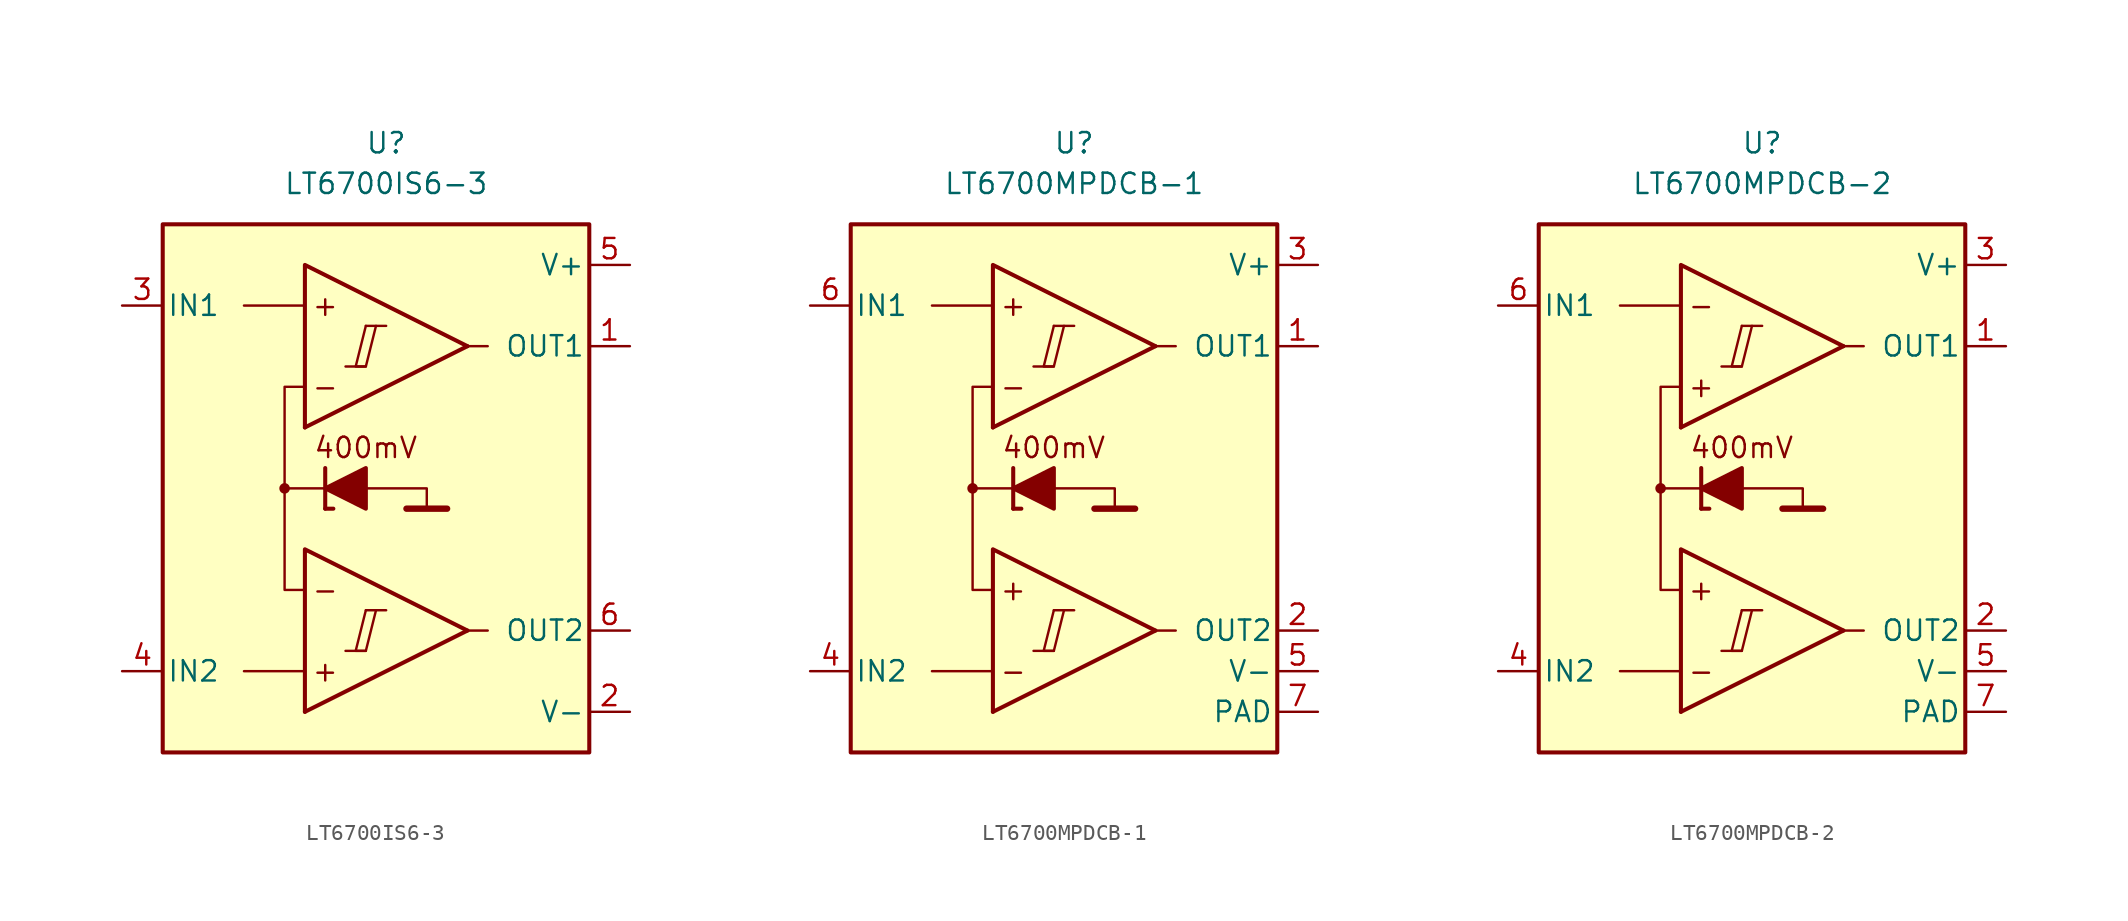
<source format=kicad_sym>
(kicad_symbol_lib
  (version 20231120)
  (generator "kicad_symbol_editor")
  (generator_version "8.0")
  (symbol "LT6700IS6-3"
    (pin_names
      (offset 0.254))
    (property "Reference" "U"
      (at 0 22.86 0)
      (effects (font (size 1.27 1.27))))
    (property "Value" "LT6700IS6-3"
      (at 0 20.32 0)
      (effects (font (size 1.27 1.27))))
    (symbol "LT6700IS6-3_0_0"
      (rectangle (start -13.97 17.78) (end 12.7 -15.24) (stroke (width 0.254) (type default)) (fill (type background)))
      (circle (center -6.35 1.27) (radius 0.254) (stroke (width 0.152) (type default)) (fill (type outline)))
      (polyline (pts (xy -2.54 -8.89) (xy -1.27 -8.89)) (stroke (width 0.152) (type default)) (fill (type none)))
      (polyline (pts (xy -2.54 8.89) (xy -1.27 8.89)) (stroke (width 0.152) (type default)) (fill (type none)))
      (polyline (pts (xy -1.27 -6.35) (xy 0 -6.35)) (stroke (width 0.152) (type default)) (fill (type none)))
      (polyline (pts (xy -1.27 11.43) (xy 0 11.43)) (stroke (width 0.152) (type default)) (fill (type none)))
      (polyline (pts (xy 5.08 -7.62) (xy -5.08 -12.7)) (stroke (width 0.254) (type default)) (fill (type none)))
      (polyline (pts (xy 5.08 10.16) (xy -5.08 5.08)) (stroke (width 0.254) (type default)) (fill (type none)))
      (polyline (pts (xy 5.08 -7.62) (xy -5.08 -2.54) (xy -5.08 -12.7)) (stroke (width 0.254) (type default)) (fill (type background)))
      (polyline (pts (xy 5.08 10.16) (xy -5.08 15.24) (xy -5.08 5.08)) (stroke (width 0.254) (type default)) (fill (type background)))
      (polyline (pts (xy -1.27 -6.35) (xy -1.905 -8.89) (xy -1.27 -8.89) (xy -0.635 -6.35)) (stroke (width 0.152) (type default)) (fill (type none)))
      (polyline (pts (xy -1.27 11.43) (xy -1.905 8.89) (xy -1.27 8.89) (xy -0.635 11.43)) (stroke (width 0.152) (type default)) (fill (type none)))
      (text "+" (at -3.81 -10.16 0) (effects (font (size 1.27 1.27))))
      (text "+" (at -3.81 12.7 0) (effects (font (size 1.27 1.27))))
      (text "-" (at -3.81 -5.08 0) (effects (font (size 1.27 1.27))))
      (text "-" (at -3.81 7.62 0) (effects (font (size 1.27 1.27)))))
    (symbol "LT6700IS6-3_0_1"
      (polyline (pts (xy -5.08 -10.16) (xy -8.89 -10.16)) (stroke (width 0) (type default)) (fill (type none)))
      (polyline (pts (xy -5.08 12.7) (xy -8.89 12.7)) (stroke (width 0) (type default)) (fill (type none)))
      (polyline (pts (xy -3.81 0) (xy -3.81 2.54)) (stroke (width 0.254) (type default)) (fill (type none)))
      (polyline (pts (xy -3.81 0) (xy -3.302 0)) (stroke (width 0.254) (type default)) (fill (type none)))
      (polyline (pts (xy -3.81 1.27) (xy -6.35 1.27)) (stroke (width 0.152) (type default)) (fill (type none)))
      (polyline (pts (xy 1.27 0) (xy 3.81 0)) (stroke (width 0.4) (type default)) (fill (type none)))
      (polyline (pts (xy 5.08 -7.62) (xy 6.35 -7.62)) (stroke (width 0) (type default)) (fill (type none)))
      (polyline (pts (xy 5.08 10.16) (xy 6.35 10.16)) (stroke (width 0) (type default)) (fill (type none)))
      (polyline (pts (xy -1.27 1.27) (xy 2.54 1.27) (xy 2.54 0)) (stroke (width 0.152) (type default)) (fill (type none)))
      (polyline (pts (xy -5.08 -5.08) (xy -6.35 -5.08) (xy -6.35 7.62) (xy -5.08 7.62)) (stroke (width 0.152) (type default)) (fill (type none)))
      (polyline (pts (xy -1.27 2.54) (xy -1.27 0) (xy -3.81 1.27) (xy -1.27 2.54)) (stroke (width 0.254) (type default)) (fill (type outline))))
    (symbol "LT6700IS6-3_1_0"
      (text "400mV" (at -1.27 3.81 0) (effects (font (size 1.27 1.27)))))
    (symbol "LT6700IS6-3_1_1"
      (pin output line (at 15.24 10.16 180) (length 2.54) (name "OUT1" (effects (font (size 1.27 1.27)))) (number "1" (effects (font (size 1.27 1.27)))))
      (pin power_in line (at 15.24 -12.7 180) (length 2.54) (name "V-" (effects (font (size 1.27 1.27)))) (number "2" (effects (font (size 1.27 1.27)))))
      (pin input line (at -16.51 12.7 0) (length 2.54) (name "IN1" (effects (font (size 1.27 1.27)))) (number "3" (effects (font (size 1.27 1.27)))))
      (pin input line (at -16.51 -10.16 0) (length 2.54) (name "IN2" (effects (font (size 1.27 1.27)))) (number "4" (effects (font (size 1.27 1.27)))))
      (pin power_in line (at 15.24 15.24 180) (length 2.54) (name "V+" (effects (font (size 1.27 1.27)))) (number "5" (effects (font (size 1.27 1.27)))))
      (pin output line (at 15.24 -7.62 180) (length 2.54) (name "OUT2" (effects (font (size 1.27 1.27)))) (number "6" (effects (font (size 1.27 1.27)))))))
  (symbol "LT6700MPDCB-1"
    (pin_names
      (offset 0.254))
    (property "Reference" "U"
      (at 0 22.86 0)
      (effects (font (size 1.27 1.27))))
    (property "Value" "LT6700MPDCB-1"
      (at 0 20.32 0)
      (effects (font (size 1.27 1.27))))
    (symbol "LT6700MPDCB-1_0_0"
      (rectangle (start -13.97 17.78) (end 12.7 -15.24) (stroke (width 0.254) (type default)) (fill (type background)))
      (circle (center -6.35 1.27) (radius 0.254) (stroke (width 0.152) (type default)) (fill (type outline)))
      (polyline (pts (xy -2.54 -8.89) (xy -1.27 -8.89)) (stroke (width 0.152) (type default)) (fill (type none)))
      (polyline (pts (xy -2.54 8.89) (xy -1.27 8.89)) (stroke (width 0.152) (type default)) (fill (type none)))
      (polyline (pts (xy -1.27 -6.35) (xy 0 -6.35)) (stroke (width 0.152) (type default)) (fill (type none)))
      (polyline (pts (xy -1.27 11.43) (xy 0 11.43)) (stroke (width 0.152) (type default)) (fill (type none)))
      (polyline (pts (xy 5.08 -7.62) (xy -5.08 -12.7)) (stroke (width 0.254) (type default)) (fill (type none)))
      (polyline (pts (xy 5.08 10.16) (xy -5.08 5.08)) (stroke (width 0.254) (type default)) (fill (type none)))
      (polyline (pts (xy 5.08 -7.62) (xy -5.08 -2.54) (xy -5.08 -12.7)) (stroke (width 0.254) (type default)) (fill (type background)))
      (polyline (pts (xy 5.08 10.16) (xy -5.08 15.24) (xy -5.08 5.08)) (stroke (width 0.254) (type default)) (fill (type background)))
      (polyline (pts (xy -1.27 -6.35) (xy -1.905 -8.89) (xy -1.27 -8.89) (xy -0.635 -6.35)) (stroke (width 0.152) (type default)) (fill (type none)))
      (polyline (pts (xy -1.27 11.43) (xy -1.905 8.89) (xy -1.27 8.89) (xy -0.635 11.43)) (stroke (width 0.152) (type default)) (fill (type none)))
      (text "+" (at -3.81 -5.08 0) (effects (font (size 1.27 1.27))))
      (text "+" (at -3.81 12.7 0) (effects (font (size 1.27 1.27))))
      (text "-" (at -3.81 -10.16 0) (effects (font (size 1.27 1.27))))
      (text "-" (at -3.81 7.62 0) (effects (font (size 1.27 1.27)))))
    (symbol "LT6700MPDCB-1_0_1"
      (polyline (pts (xy -5.08 -10.16) (xy -8.89 -10.16)) (stroke (width 0) (type default)) (fill (type none)))
      (polyline (pts (xy -5.08 12.7) (xy -8.89 12.7)) (stroke (width 0) (type default)) (fill (type none)))
      (polyline (pts (xy -3.81 0) (xy -3.81 2.54)) (stroke (width 0.254) (type default)) (fill (type none)))
      (polyline (pts (xy -3.81 0) (xy -3.302 0)) (stroke (width 0.254) (type default)) (fill (type none)))
      (polyline (pts (xy -3.81 1.27) (xy -6.35 1.27)) (stroke (width 0.152) (type default)) (fill (type none)))
      (polyline (pts (xy 1.27 0) (xy 3.81 0)) (stroke (width 0.4) (type default)) (fill (type none)))
      (polyline (pts (xy 5.08 -7.62) (xy 6.35 -7.62)) (stroke (width 0) (type default)) (fill (type none)))
      (polyline (pts (xy 5.08 10.16) (xy 6.35 10.16)) (stroke (width 0) (type default)) (fill (type none)))
      (polyline (pts (xy -1.27 1.27) (xy 2.54 1.27) (xy 2.54 0)) (stroke (width 0.152) (type default)) (fill (type none)))
      (polyline (pts (xy -5.08 -5.08) (xy -6.35 -5.08) (xy -6.35 7.62) (xy -5.08 7.62)) (stroke (width 0.152) (type default)) (fill (type none)))
      (polyline (pts (xy -1.27 2.54) (xy -1.27 0) (xy -3.81 1.27) (xy -1.27 2.54)) (stroke (width 0.254) (type default)) (fill (type outline))))
    (symbol "LT6700MPDCB-1_1_0"
      (text "400mV" (at -1.27 3.81 0) (effects (font (size 1.27 1.27)))))
    (symbol "LT6700MPDCB-1_1_1"
      (pin output line (at 15.24 10.16 180) (length 2.54) (name "OUT1" (effects (font (size 1.27 1.27)))) (number "1" (effects (font (size 1.27 1.27)))))
      (pin output line (at 15.24 -7.62 180) (length 2.54) (name "OUT2" (effects (font (size 1.27 1.27)))) (number "2" (effects (font (size 1.27 1.27)))))
      (pin power_in line (at 15.24 15.24 180) (length 2.54) (name "V+" (effects (font (size 1.27 1.27)))) (number "3" (effects (font (size 1.27 1.27)))))
      (pin input line (at -16.51 -10.16 0) (length 2.54) (name "IN2" (effects (font (size 1.27 1.27)))) (number "4" (effects (font (size 1.27 1.27)))))
      (pin power_in line (at 15.24 -10.16 180) (length 2.54) (name "V-" (effects (font (size 1.27 1.27)))) (number "5" (effects (font (size 1.27 1.27)))))
      (pin input line (at -16.51 12.7 0) (length 2.54) (name "IN1" (effects (font (size 1.27 1.27)))) (number "6" (effects (font (size 1.27 1.27)))))
      (pin power_in line (at 15.24 -12.7 180) (length 2.54) (name "PAD" (effects (font (size 1.27 1.27)))) (number "7" (effects (font (size 1.27 1.27)))))))
  (symbol "LT6700MPDCB-2"
    (pin_names
      (offset 0.254))
    (property "Reference" "U"
      (at 0 22.86 0)
      (effects (font (size 1.27 1.27))))
    (property "Value" "LT6700MPDCB-2"
      (at 0 20.32 0)
      (effects (font (size 1.27 1.27))))
    (symbol "LT6700MPDCB-2_0_0"
      (rectangle (start -13.97 17.78) (end 12.7 -15.24) (stroke (width 0.254) (type default)) (fill (type background)))
      (circle (center -6.35 1.27) (radius 0.254) (stroke (width 0.152) (type default)) (fill (type outline)))
      (polyline (pts (xy -2.54 -8.89) (xy -1.27 -8.89)) (stroke (width 0.152) (type default)) (fill (type none)))
      (polyline (pts (xy -2.54 8.89) (xy -1.27 8.89)) (stroke (width 0.152) (type default)) (fill (type none)))
      (polyline (pts (xy -1.27 -6.35) (xy 0 -6.35)) (stroke (width 0.152) (type default)) (fill (type none)))
      (polyline (pts (xy -1.27 11.43) (xy 0 11.43)) (stroke (width 0.152) (type default)) (fill (type none)))
      (polyline (pts (xy 5.08 -7.62) (xy -5.08 -12.7)) (stroke (width 0.254) (type default)) (fill (type none)))
      (polyline (pts (xy 5.08 10.16) (xy -5.08 5.08)) (stroke (width 0.254) (type default)) (fill (type none)))
      (polyline (pts (xy 5.08 -7.62) (xy -5.08 -2.54) (xy -5.08 -12.7)) (stroke (width 0.254) (type default)) (fill (type background)))
      (polyline (pts (xy 5.08 10.16) (xy -5.08 15.24) (xy -5.08 5.08)) (stroke (width 0.254) (type default)) (fill (type background)))
      (polyline (pts (xy -1.27 -6.35) (xy -1.905 -8.89) (xy -1.27 -8.89) (xy -0.635 -6.35)) (stroke (width 0.152) (type default)) (fill (type none)))
      (polyline (pts (xy -1.27 11.43) (xy -1.905 8.89) (xy -1.27 8.89) (xy -0.635 11.43)) (stroke (width 0.152) (type default)) (fill (type none)))
      (text "+" (at -3.81 -5.08 0) (effects (font (size 1.27 1.27))))
      (text "+" (at -3.81 7.62 0) (effects (font (size 1.27 1.27))))
      (text "-" (at -3.81 -10.16 0) (effects (font (size 1.27 1.27))))
      (text "-" (at -3.81 12.7 0) (effects (font (size 1.27 1.27)))))
    (symbol "LT6700MPDCB-2_0_1"
      (polyline (pts (xy -5.08 -10.16) (xy -8.89 -10.16)) (stroke (width 0) (type default)) (fill (type none)))
      (polyline (pts (xy -5.08 12.7) (xy -8.89 12.7)) (stroke (width 0) (type default)) (fill (type none)))
      (polyline (pts (xy -3.81 0) (xy -3.81 2.54)) (stroke (width 0.254) (type default)) (fill (type none)))
      (polyline (pts (xy -3.81 0) (xy -3.302 0)) (stroke (width 0.254) (type default)) (fill (type none)))
      (polyline (pts (xy -3.81 1.27) (xy -6.35 1.27)) (stroke (width 0.152) (type default)) (fill (type none)))
      (polyline (pts (xy 1.27 0) (xy 3.81 0)) (stroke (width 0.4) (type default)) (fill (type none)))
      (polyline (pts (xy 5.08 -7.62) (xy 6.35 -7.62)) (stroke (width 0) (type default)) (fill (type none)))
      (polyline (pts (xy 5.08 10.16) (xy 6.35 10.16)) (stroke (width 0) (type default)) (fill (type none)))
      (polyline (pts (xy -1.27 1.27) (xy 2.54 1.27) (xy 2.54 0)) (stroke (width 0.152) (type default)) (fill (type none)))
      (polyline (pts (xy -5.08 -5.08) (xy -6.35 -5.08) (xy -6.35 7.62) (xy -5.08 7.62)) (stroke (width 0.152) (type default)) (fill (type none)))
      (polyline (pts (xy -1.27 2.54) (xy -1.27 0) (xy -3.81 1.27) (xy -1.27 2.54)) (stroke (width 0.254) (type default)) (fill (type outline))))
    (symbol "LT6700MPDCB-2_1_0"
      (text "400mV" (at -1.27 3.81 0) (effects (font (size 1.27 1.27)))))
    (symbol "LT6700MPDCB-2_1_1"
      (pin output line (at 15.24 10.16 180) (length 2.54) (name "OUT1" (effects (font (size 1.27 1.27)))) (number "1" (effects (font (size 1.27 1.27)))))
      (pin output line (at 15.24 -7.62 180) (length 2.54) (name "OUT2" (effects (font (size 1.27 1.27)))) (number "2" (effects (font (size 1.27 1.27)))))
      (pin power_in line (at 15.24 15.24 180) (length 2.54) (name "V+" (effects (font (size 1.27 1.27)))) (number "3" (effects (font (size 1.27 1.27)))))
      (pin input line (at -16.51 -10.16 0) (length 2.54) (name "IN2" (effects (font (size 1.27 1.27)))) (number "4" (effects (font (size 1.27 1.27)))))
      (pin power_in line (at 15.24 -10.16 180) (length 2.54) (name "V-" (effects (font (size 1.27 1.27)))) (number "5" (effects (font (size 1.27 1.27)))))
      (pin input line (at -16.51 12.7 0) (length 2.54) (name "IN1" (effects (font (size 1.27 1.27)))) (number "6" (effects (font (size 1.27 1.27)))))
      (pin power_in line (at 15.24 -12.7 180) (length 2.54) (name "PAD" (effects (font (size 1.27 1.27)))) (number "7" (effects (font (size 1.27 1.27))))))))
</source>
